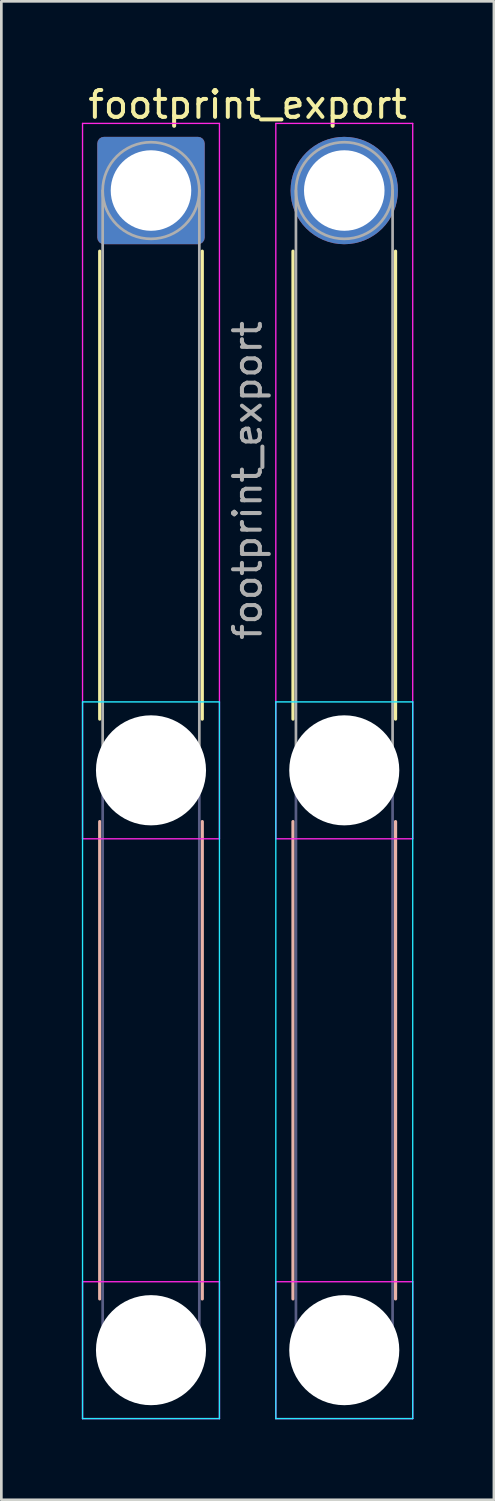
<source format=kicad_pcb>
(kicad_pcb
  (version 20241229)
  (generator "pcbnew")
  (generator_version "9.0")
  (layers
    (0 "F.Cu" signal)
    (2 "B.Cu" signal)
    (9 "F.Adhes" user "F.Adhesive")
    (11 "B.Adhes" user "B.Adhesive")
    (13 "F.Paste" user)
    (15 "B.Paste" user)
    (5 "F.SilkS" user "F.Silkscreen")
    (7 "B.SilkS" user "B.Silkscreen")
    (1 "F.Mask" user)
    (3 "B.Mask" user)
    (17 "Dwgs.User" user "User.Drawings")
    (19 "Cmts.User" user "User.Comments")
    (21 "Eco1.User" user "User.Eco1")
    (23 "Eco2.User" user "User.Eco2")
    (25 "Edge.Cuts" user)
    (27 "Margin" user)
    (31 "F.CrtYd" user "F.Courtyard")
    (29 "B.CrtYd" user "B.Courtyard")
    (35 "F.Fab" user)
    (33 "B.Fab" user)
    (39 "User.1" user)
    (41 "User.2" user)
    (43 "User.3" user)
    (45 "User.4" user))
  (footprint "footprint_export"
    (layer "F.Cu")
    (at 2.575 4.048)
    (property "Reference" "footprint_export" (at 3.6 -3.2 0) (layer "F.SilkS") (effects (font (size 1 1) (thickness 0.15))))
    (attr exclude_from_pos_files exclude_from_bom)
    (fp_line (start -1.91 2.26) (end -1.91 19.69) (stroke (width 0.12) (type solid)) (layer "F.SilkS"))
    (fp_line (start 1.91 2.26) (end 1.91 19.69) (stroke (width 0.12) (type solid)) (layer "F.SilkS"))
    (fp_line (start 5.29 2.26) (end 5.29 19.69) (stroke (width 0.12) (type solid)) (layer "F.SilkS"))
    (fp_line (start 9.11 2.26) (end 9.11 19.69) (stroke (width 0.12) (type solid)) (layer "F.SilkS"))
    (fp_line (start -1.91 23.51) (end -1.91 41.29) (stroke (width 0.12) (type solid)) (layer "B.SilkS"))
    (fp_line (start 1.91 23.51) (end 1.91 41.29) (stroke (width 0.12) (type solid)) (layer "B.SilkS"))
    (fp_line (start 5.29 23.51) (end 5.29 41.29) (stroke (width 0.12) (type solid)) (layer "B.SilkS"))
    (fp_line (start 9.11 23.51) (end 9.11 41.29) (stroke (width 0.12) (type solid)) (layer "B.SilkS"))
    (fp_line (start -2.55 19.05) (end -2.55 45.75) (stroke (width 0.05) (type solid)) (layer "B.CrtYd"))
    (fp_line (start -2.55 45.75) (end 2.55 45.75) (stroke (width 0.05) (type solid)) (layer "B.CrtYd"))
    (fp_line (start 2.55 19.05) (end -2.55 19.05) (stroke (width 0.05) (type solid)) (layer "B.CrtYd"))
    (fp_line (start 2.55 45.75) (end 2.55 19.05) (stroke (width 0.05) (type solid)) (layer "B.CrtYd"))
    (fp_line (start 4.65 19.05) (end 4.65 45.75) (stroke (width 0.05) (type solid)) (layer "B.CrtYd"))
    (fp_line (start 4.65 45.75) (end 9.75 45.75) (stroke (width 0.05) (type solid)) (layer "B.CrtYd"))
    (fp_line (start 9.75 19.05) (end 4.65 19.05) (stroke (width 0.05) (type solid)) (layer "B.CrtYd"))
    (fp_line (start 9.75 45.75) (end 9.75 19.05) (stroke (width 0.05) (type solid)) (layer "B.CrtYd"))
    (fp_line (start -2.55 -2.5) (end -2.55 24.15) (stroke (width 0.05) (type solid)) (layer "F.CrtYd"))
    (fp_line (start -2.55 24.15) (end 2.55 24.15) (stroke (width 0.05) (type solid)) (layer "F.CrtYd"))
    (fp_line (start -2.55 40.65) (end -2.55 45.75) (stroke (width 0.05) (type solid)) (layer "F.CrtYd"))
    (fp_line (start -2.55 45.75) (end 2.55 45.75) (stroke (width 0.05) (type solid)) (layer "F.CrtYd"))
    (fp_line (start 2.55 -2.5) (end -2.55 -2.5) (stroke (width 0.05) (type solid)) (layer "F.CrtYd"))
    (fp_line (start 2.55 24.15) (end 2.55 -2.5) (stroke (width 0.05) (type solid)) (layer "F.CrtYd"))
    (fp_line (start 2.55 40.65) (end -2.55 40.65) (stroke (width 0.05) (type solid)) (layer "F.CrtYd"))
    (fp_line (start 2.55 45.75) (end 2.55 40.65) (stroke (width 0.05) (type solid)) (layer "F.CrtYd"))
    (fp_line (start 4.65 -2.5) (end 4.65 24.15) (stroke (width 0.05) (type solid)) (layer "F.CrtYd"))
    (fp_line (start 4.65 24.15) (end 9.75 24.15) (stroke (width 0.05) (type solid)) (layer "F.CrtYd"))
    (fp_line (start 4.65 40.65) (end 4.65 45.75) (stroke (width 0.05) (type solid)) (layer "F.CrtYd"))
    (fp_line (start 4.65 45.75) (end 9.75 45.75) (stroke (width 0.05) (type solid)) (layer "F.CrtYd"))
    (fp_line (start 9.75 -2.5) (end 4.65 -2.5) (stroke (width 0.05) (type solid)) (layer "F.CrtYd"))
    (fp_line (start 9.75 24.15) (end 9.75 -2.5) (stroke (width 0.05) (type solid)) (layer "F.CrtYd"))
    (fp_line (start 9.75 40.65) (end 4.65 40.65) (stroke (width 0.05) (type solid)) (layer "F.CrtYd"))
    (fp_line (start 9.75 45.75) (end 9.75 40.65) (stroke (width 0.05) (type solid)) (layer "F.CrtYd"))
    (fp_line (start -1.8 21.6) (end -1.8 43.2) (stroke (width 0.1) (type solid)) (layer "B.Fab"))
    (fp_line (start 1.8 21.6) (end 1.8 43.2) (stroke (width 0.1) (type solid)) (layer "B.Fab"))
    (fp_line (start 5.4 21.6) (end 5.4 43.2) (stroke (width 0.1) (type solid)) (layer "B.Fab"))
    (fp_line (start 9 21.6) (end 9 43.2) (stroke (width 0.1) (type solid)) (layer "B.Fab"))
    (fp_circle (center 0 21.6) (end 1.8 21.6) (stroke (width 0.1) (type solid)) (fill no) (layer "B.Fab"))
    (fp_circle (center 0 43.2) (end 1.8 43.2) (stroke (width 0.1) (type solid)) (fill no) (layer "B.Fab"))
    (fp_circle (center 7.2 21.6) (end 9 21.6) (stroke (width 0.1) (type solid)) (fill no) (layer "B.Fab"))
    (fp_circle (center 7.2 43.2) (end 9 43.2) (stroke (width 0.1) (type solid)) (fill no) (layer "B.Fab"))
    (fp_line (start -1.8 0) (end -1.8 21.6) (stroke (width 0.1) (type solid)) (layer "F.Fab"))
    (fp_line (start 1.8 0) (end 1.8 21.6) (stroke (width 0.1) (type solid)) (layer "F.Fab"))
    (fp_line (start 5.4 0) (end 5.4 21.6) (stroke (width 0.1) (type solid)) (layer "F.Fab"))
    (fp_line (start 9 0) (end 9 21.6) (stroke (width 0.1) (type solid)) (layer "F.Fab"))
    (fp_circle (center 0 0) (end 1.8 0) (stroke (width 0.1) (type solid)) (fill no) (layer "F.Fab"))
    (fp_circle (center 0 21.6) (end 1.8 21.6) (stroke (width 0.1) (type solid)) (fill no) (layer "F.Fab"))
    (fp_circle (center 0 43.2) (end 1.8 43.2) (stroke (width 0.1) (type solid)) (fill no) (layer "F.Fab"))
    (fp_circle (center 7.2 0) (end 9 0) (stroke (width 0.1) (type solid)) (fill no) (layer "F.Fab"))
    (fp_circle (center 7.2 21.6) (end 9 21.6) (stroke (width 0.1) (type solid)) (fill no) (layer "F.Fab"))
    (fp_circle (center 7.2 43.2) (end 9 43.2) (stroke (width 0.1) (type solid)) (fill no) (layer "F.Fab"))
    (fp_text user "${REFERENCE}" (at 3.6 10.8 90) (layer "F.Fab") (effects (font (size 1 1) (thickness 0.15))))
    (pad "" np_thru_hole circle (at 0 21.6) (size 4.1 4.1) (drill 4.1) (layers "*.Cu" "*.Mask"))
    (pad "" np_thru_hole circle (at 0 43.2) (size 4.1 4.1) (drill 4.1) (layers "*.Cu" "*.Mask"))
    (pad "" np_thru_hole circle (at 7.2 21.6) (size 4.1 4.1) (drill 4.1) (layers "*.Cu" "*.Mask"))
    (pad "" np_thru_hole circle (at 7.2 43.2) (size 4.1 4.1) (drill 4.1) (layers "*.Cu" "*.Mask"))
    (pad "1" thru_hole roundrect (at 0 0) (size 4 4) (drill 3) (layers "*.Cu" "*.Mask") (roundrect_rratio 0.062))
    (pad "2" thru_hole circle (at 7.2 0) (size 4 4) (drill 3) (layers "*.Cu" "*.Mask")))
  (gr_rect
    (start -3 -3)
    (end 15.35 52.823)
    (stroke (width 0.1) (type default))
    (fill no)
    (layer "Edge.Cuts")))
</source>
